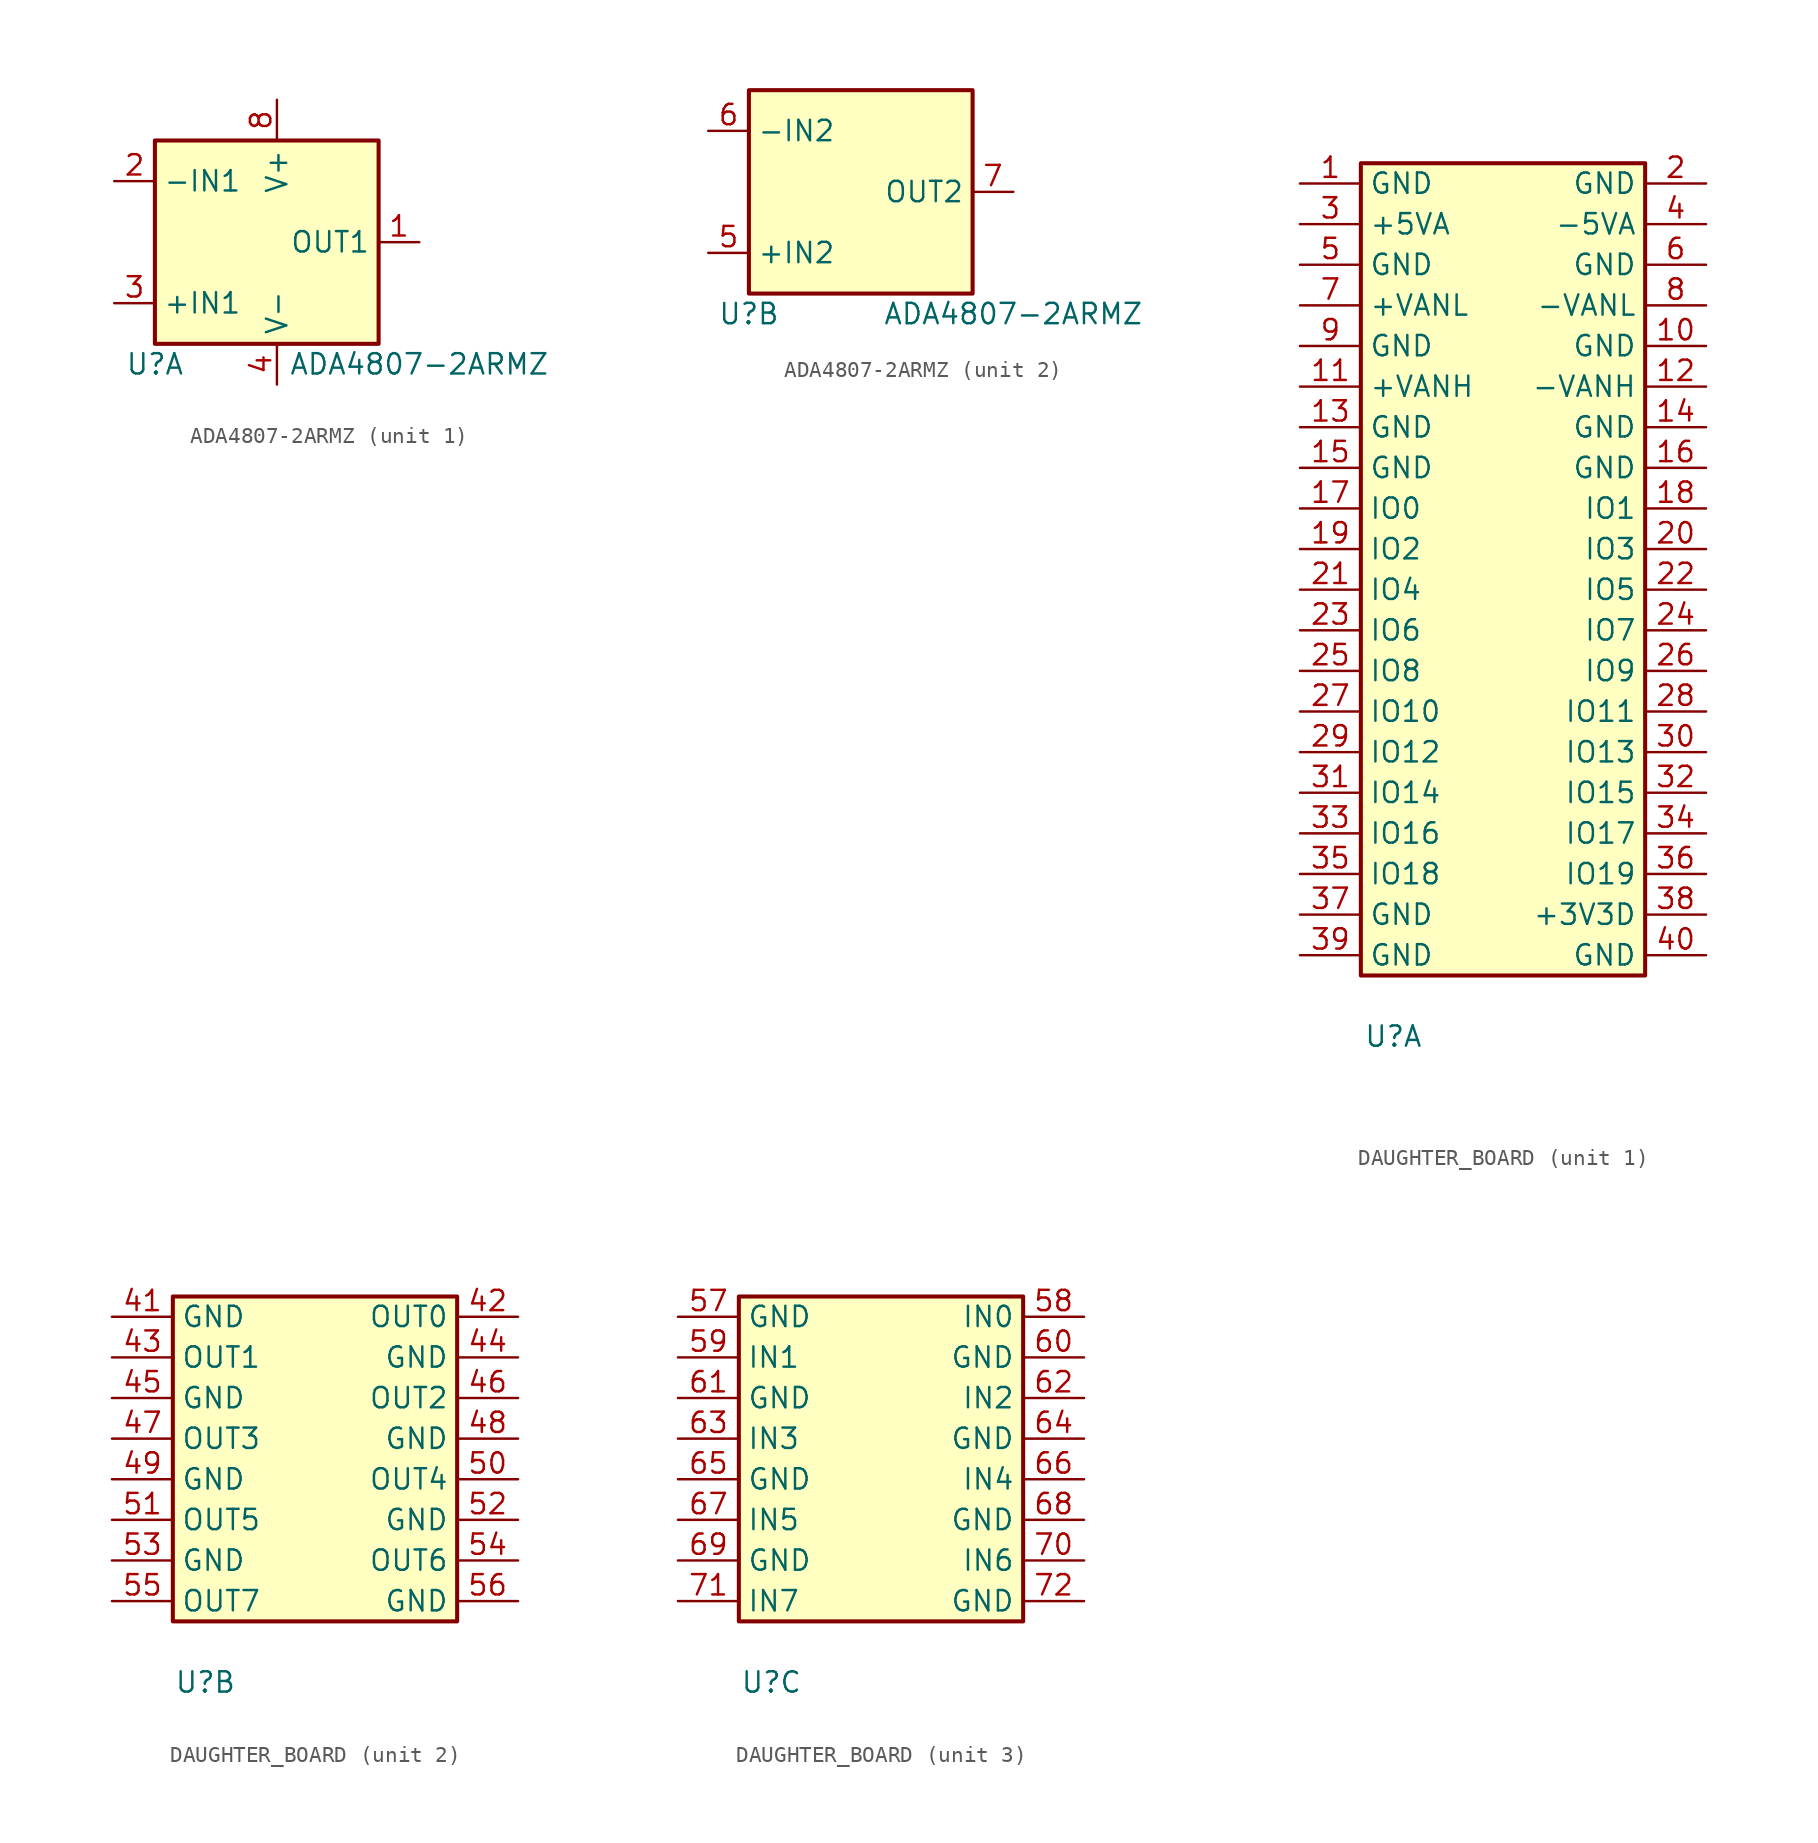
<source format=kicad_sym>
(kicad_symbol_lib
  (version 20231120)
  (generator "kicad_symbol_editor")
  (generator_version "8.0")
  (symbol "ADA4807-2ARMZ"
    (property "Reference" "U"
      (at 16.51 -1.27 0)
      (effects (font (size 1.27 1.27))))
    (property "Value" "ADA4807-2ARMZ"
      (at 33.02 -1.27 0)
      (effects (font (size 1.27 1.27))))
    (property "ki_locked" ""
      (at 0 0 0)
      (effects (font (size 1.27 1.27))))
    (symbol "ADA4807-2ARMZ_1_0"
      (pin output line (at 33.02 6.35 180) (length 2.54) (name "OUT1" (effects (font (size 1.27 1.27)))) (number "1" (effects (font (size 1.27 1.27)))))
      (pin input line (at 13.97 10.16 0) (length 2.54) (name "-IN1" (effects (font (size 1.27 1.27)))) (number "2" (effects (font (size 1.27 1.27)))))
      (pin input line (at 13.97 2.54 0) (length 2.54) (name "+IN1" (effects (font (size 1.27 1.27)))) (number "3" (effects (font (size 1.27 1.27)))))
      (pin power_in line (at 24.13 -2.54 90) (length 2.54) (name "V-" (effects (font (size 1.27 1.27)))) (number "4" (effects (font (size 1.27 1.27)))))
      (pin power_in line (at 24.13 15.24 270) (length 2.54) (name "V+" (effects (font (size 1.27 1.27)))) (number "8" (effects (font (size 1.27 1.27))))))
    (symbol "ADA4807-2ARMZ_1_1"
      (rectangle (start 16.51 12.7) (end 30.48 0) (stroke (width 0.254) (type default)) (fill (type background))))
    (symbol "ADA4807-2ARMZ_2_0"
      (pin input line (at 13.97 2.54 0) (length 2.54) (name "+IN2" (effects (font (size 1.27 1.27)))) (number "5" (effects (font (size 1.27 1.27)))))
      (pin input line (at 13.97 10.16 0) (length 2.54) (name "-IN2" (effects (font (size 1.27 1.27)))) (number "6" (effects (font (size 1.27 1.27)))))
      (pin output line (at 33.02 6.35 180) (length 2.54) (name "OUT2" (effects (font (size 1.27 1.27)))) (number "7" (effects (font (size 1.27 1.27))))))
    (symbol "ADA4807-2ARMZ_2_1"
      (rectangle (start 16.51 12.7) (end 30.48 0) (stroke (width 0.254) (type default)) (fill (type background)))))
  (symbol "DAUGHTER_BOARD"
    (property "Reference" "U"
      (at 2.032 -3.81 0)
      (effects (font (size 1.27 1.27))))
    (property "Value" ""
      (at 13.97 -2.54 0)
      (effects (font (size 1.27 1.27))))
    (property "ki_locked" ""
      (at 0 0 0)
      (effects (font (size 1.27 1.27))))
    (symbol "DAUGHTER_BOARD_1_1"
      (rectangle (start 0 50.8) (end 17.78 0) (stroke (width 0.254) (type default)) (fill (type background)))
      (pin passive line (at -3.81 49.53 0) (length 3.81) (name "GND" (effects (font (size 1.27 1.27)))) (number "1" (effects (font (size 1.27 1.27)))))
      (pin passive line (at 21.59 39.37 180) (length 3.81) (name "GND" (effects (font (size 1.27 1.27)))) (number "10" (effects (font (size 1.27 1.27)))))
      (pin power_in line (at -3.81 36.83 0) (length 3.81) (name "+VANH" (effects (font (size 1.27 1.27)))) (number "11" (effects (font (size 1.27 1.27)))))
      (pin power_in line (at 21.59 36.83 180) (length 3.81) (name "-VANH" (effects (font (size 1.27 1.27)))) (number "12" (effects (font (size 1.27 1.27)))))
      (pin passive line (at -3.81 34.29 0) (length 3.81) (name "GND" (effects (font (size 1.27 1.27)))) (number "13" (effects (font (size 1.27 1.27)))))
      (pin passive line (at 21.59 34.29 180) (length 3.81) (name "GND" (effects (font (size 1.27 1.27)))) (number "14" (effects (font (size 1.27 1.27)))))
      (pin power_in line (at -3.81 31.75 0) (length 3.81) (name "GND" (effects (font (size 1.27 1.27)))) (number "15" (effects (font (size 1.27 1.27)))))
      (pin passive line (at 21.59 31.75 180) (length 3.81) (name "GND" (effects (font (size 1.27 1.27)))) (number "16" (effects (font (size 1.27 1.27)))))
      (pin bidirectional line (at -3.81 29.21 0) (length 3.81) (name "IO0" (effects (font (size 1.27 1.27)))) (number "17" (effects (font (size 1.27 1.27)))))
      (pin bidirectional line (at 21.59 29.21 180) (length 3.81) (name "IO1" (effects (font (size 1.27 1.27)))) (number "18" (effects (font (size 1.27 1.27)))))
      (pin bidirectional line (at -3.81 26.67 0) (length 3.81) (name "IO2" (effects (font (size 1.27 1.27)))) (number "19" (effects (font (size 1.27 1.27)))))
      (pin passive line (at 21.59 49.53 180) (length 3.81) (name "GND" (effects (font (size 1.27 1.27)))) (number "2" (effects (font (size 1.27 1.27)))))
      (pin bidirectional line (at 21.59 26.67 180) (length 3.81) (name "IO3" (effects (font (size 1.27 1.27)))) (number "20" (effects (font (size 1.27 1.27)))))
      (pin bidirectional line (at -3.81 24.13 0) (length 3.81) (name "IO4" (effects (font (size 1.27 1.27)))) (number "21" (effects (font (size 1.27 1.27)))))
      (pin bidirectional line (at 21.59 24.13 180) (length 3.81) (name "IO5" (effects (font (size 1.27 1.27)))) (number "22" (effects (font (size 1.27 1.27)))))
      (pin bidirectional line (at -3.81 21.59 0) (length 3.81) (name "IO6" (effects (font (size 1.27 1.27)))) (number "23" (effects (font (size 1.27 1.27)))))
      (pin bidirectional line (at 21.59 21.59 180) (length 3.81) (name "IO7" (effects (font (size 1.27 1.27)))) (number "24" (effects (font (size 1.27 1.27)))))
      (pin bidirectional line (at -3.81 19.05 0) (length 3.81) (name "IO8" (effects (font (size 1.27 1.27)))) (number "25" (effects (font (size 1.27 1.27)))))
      (pin bidirectional line (at 21.59 19.05 180) (length 3.81) (name "IO9" (effects (font (size 1.27 1.27)))) (number "26" (effects (font (size 1.27 1.27)))))
      (pin bidirectional line (at -3.81 16.51 0) (length 3.81) (name "IO10" (effects (font (size 1.27 1.27)))) (number "27" (effects (font (size 1.27 1.27)))))
      (pin bidirectional line (at 21.59 16.51 180) (length 3.81) (name "IO11" (effects (font (size 1.27 1.27)))) (number "28" (effects (font (size 1.27 1.27)))))
      (pin bidirectional line (at -3.81 13.97 0) (length 3.81) (name "IO12" (effects (font (size 1.27 1.27)))) (number "29" (effects (font (size 1.27 1.27)))))
      (pin power_in line (at -3.81 46.99 0) (length 3.81) (name "+5VA" (effects (font (size 1.27 1.27)))) (number "3" (effects (font (size 1.27 1.27)))))
      (pin bidirectional line (at 21.59 13.97 180) (length 3.81) (name "IO13" (effects (font (size 1.27 1.27)))) (number "30" (effects (font (size 1.27 1.27)))))
      (pin bidirectional line (at -3.81 11.43 0) (length 3.81) (name "IO14" (effects (font (size 1.27 1.27)))) (number "31" (effects (font (size 1.27 1.27)))))
      (pin bidirectional line (at 21.59 11.43 180) (length 3.81) (name "IO15" (effects (font (size 1.27 1.27)))) (number "32" (effects (font (size 1.27 1.27)))))
      (pin bidirectional line (at -3.81 8.89 0) (length 3.81) (name "IO16" (effects (font (size 1.27 1.27)))) (number "33" (effects (font (size 1.27 1.27)))))
      (pin bidirectional line (at 21.59 8.89 180) (length 3.81) (name "IO17" (effects (font (size 1.27 1.27)))) (number "34" (effects (font (size 1.27 1.27)))))
      (pin bidirectional line (at -3.81 6.35 0) (length 3.81) (name "IO18" (effects (font (size 1.27 1.27)))) (number "35" (effects (font (size 1.27 1.27)))))
      (pin bidirectional line (at 21.59 6.35 180) (length 3.81) (name "IO19" (effects (font (size 1.27 1.27)))) (number "36" (effects (font (size 1.27 1.27)))))
      (pin passive line (at -3.81 3.81 0) (length 3.81) (name "GND" (effects (font (size 1.27 1.27)))) (number "37" (effects (font (size 1.27 1.27)))))
      (pin power_in line (at 21.59 3.81 180) (length 3.81) (name "+3V3D" (effects (font (size 1.27 1.27)))) (number "38" (effects (font (size 1.27 1.27)))))
      (pin passive line (at -3.81 1.27 0) (length 3.81) (name "GND" (effects (font (size 1.27 1.27)))) (number "39" (effects (font (size 1.27 1.27)))))
      (pin power_in line (at 21.59 46.99 180) (length 3.81) (name "-5VA" (effects (font (size 1.27 1.27)))) (number "4" (effects (font (size 1.27 1.27)))))
      (pin passive line (at 21.59 1.27 180) (length 3.81) (name "GND" (effects (font (size 1.27 1.27)))) (number "40" (effects (font (size 1.27 1.27)))))
      (pin passive line (at -3.81 44.45 0) (length 3.81) (name "GND" (effects (font (size 1.27 1.27)))) (number "5" (effects (font (size 1.27 1.27)))))
      (pin passive line (at 21.59 44.45 180) (length 3.81) (name "GND" (effects (font (size 1.27 1.27)))) (number "6" (effects (font (size 1.27 1.27)))))
      (pin power_in line (at -3.81 41.91 0) (length 3.81) (name "+VANL" (effects (font (size 1.27 1.27)))) (number "7" (effects (font (size 1.27 1.27)))))
      (pin power_in line (at 21.59 41.91 180) (length 3.81) (name "-VANL" (effects (font (size 1.27 1.27)))) (number "8" (effects (font (size 1.27 1.27)))))
      (pin passive line (at -3.81 39.37 0) (length 3.81) (name "GND" (effects (font (size 1.27 1.27)))) (number "9" (effects (font (size 1.27 1.27))))))
    (symbol "DAUGHTER_BOARD_2_1"
      (rectangle (start 0 20.32) (end 17.78 0) (stroke (width 0.254) (type default)) (fill (type background)))
      (pin passive line (at -3.81 19.05 0) (length 3.81) (name "GND" (effects (font (size 1.27 1.27)))) (number "41" (effects (font (size 1.27 1.27)))))
      (pin output line (at 21.59 19.05 180) (length 3.81) (name "OUT0" (effects (font (size 1.27 1.27)))) (number "42" (effects (font (size 1.27 1.27)))))
      (pin output line (at -3.81 16.51 0) (length 3.81) (name "OUT1" (effects (font (size 1.27 1.27)))) (number "43" (effects (font (size 1.27 1.27)))))
      (pin passive line (at 21.59 16.51 180) (length 3.81) (name "GND" (effects (font (size 1.27 1.27)))) (number "44" (effects (font (size 1.27 1.27)))))
      (pin passive line (at -3.81 13.97 0) (length 3.81) (name "GND" (effects (font (size 1.27 1.27)))) (number "45" (effects (font (size 1.27 1.27)))))
      (pin output line (at 21.59 13.97 180) (length 3.81) (name "OUT2" (effects (font (size 1.27 1.27)))) (number "46" (effects (font (size 1.27 1.27)))))
      (pin output line (at -3.81 11.43 0) (length 3.81) (name "OUT3" (effects (font (size 1.27 1.27)))) (number "47" (effects (font (size 1.27 1.27)))))
      (pin passive line (at 21.59 11.43 180) (length 3.81) (name "GND" (effects (font (size 1.27 1.27)))) (number "48" (effects (font (size 1.27 1.27)))))
      (pin passive line (at -3.81 8.89 0) (length 3.81) (name "GND" (effects (font (size 1.27 1.27)))) (number "49" (effects (font (size 1.27 1.27)))))
      (pin output line (at 21.59 8.89 180) (length 3.81) (name "OUT4" (effects (font (size 1.27 1.27)))) (number "50" (effects (font (size 1.27 1.27)))))
      (pin output line (at -3.81 6.35 0) (length 3.81) (name "OUT5" (effects (font (size 1.27 1.27)))) (number "51" (effects (font (size 1.27 1.27)))))
      (pin passive line (at 21.59 6.35 180) (length 3.81) (name "GND" (effects (font (size 1.27 1.27)))) (number "52" (effects (font (size 1.27 1.27)))))
      (pin passive line (at -3.81 3.81 0) (length 3.81) (name "GND" (effects (font (size 1.27 1.27)))) (number "53" (effects (font (size 1.27 1.27)))))
      (pin output line (at 21.59 3.81 180) (length 3.81) (name "OUT6" (effects (font (size 1.27 1.27)))) (number "54" (effects (font (size 1.27 1.27)))))
      (pin output line (at -3.81 1.27 0) (length 3.81) (name "OUT7" (effects (font (size 1.27 1.27)))) (number "55" (effects (font (size 1.27 1.27)))))
      (pin passive line (at 21.59 1.27 180) (length 3.81) (name "GND" (effects (font (size 1.27 1.27)))) (number "56" (effects (font (size 1.27 1.27))))))
    (symbol "DAUGHTER_BOARD_3_1"
      (rectangle (start 0 20.32) (end 17.78 0) (stroke (width 0.254) (type default)) (fill (type background)))
      (pin passive line (at -3.81 19.05 0) (length 3.81) (name "GND" (effects (font (size 1.27 1.27)))) (number "57" (effects (font (size 1.27 1.27)))))
      (pin input line (at 21.59 19.05 180) (length 3.81) (name "IN0" (effects (font (size 1.27 1.27)))) (number "58" (effects (font (size 1.27 1.27)))))
      (pin input line (at -3.81 16.51 0) (length 3.81) (name "IN1" (effects (font (size 1.27 1.27)))) (number "59" (effects (font (size 1.27 1.27)))))
      (pin passive line (at 21.59 16.51 180) (length 3.81) (name "GND" (effects (font (size 1.27 1.27)))) (number "60" (effects (font (size 1.27 1.27)))))
      (pin passive line (at -3.81 13.97 0) (length 3.81) (name "GND" (effects (font (size 1.27 1.27)))) (number "61" (effects (font (size 1.27 1.27)))))
      (pin input line (at 21.59 13.97 180) (length 3.81) (name "IN2" (effects (font (size 1.27 1.27)))) (number "62" (effects (font (size 1.27 1.27)))))
      (pin input line (at -3.81 11.43 0) (length 3.81) (name "IN3" (effects (font (size 1.27 1.27)))) (number "63" (effects (font (size 1.27 1.27)))))
      (pin passive line (at 21.59 11.43 180) (length 3.81) (name "GND" (effects (font (size 1.27 1.27)))) (number "64" (effects (font (size 1.27 1.27)))))
      (pin passive line (at -3.81 8.89 0) (length 3.81) (name "GND" (effects (font (size 1.27 1.27)))) (number "65" (effects (font (size 1.27 1.27)))))
      (pin input line (at 21.59 8.89 180) (length 3.81) (name "IN4" (effects (font (size 1.27 1.27)))) (number "66" (effects (font (size 1.27 1.27)))))
      (pin input line (at -3.81 6.35 0) (length 3.81) (name "IN5" (effects (font (size 1.27 1.27)))) (number "67" (effects (font (size 1.27 1.27)))))
      (pin passive line (at 21.59 6.35 180) (length 3.81) (name "GND" (effects (font (size 1.27 1.27)))) (number "68" (effects (font (size 1.27 1.27)))))
      (pin passive line (at -3.81 3.81 0) (length 3.81) (name "GND" (effects (font (size 1.27 1.27)))) (number "69" (effects (font (size 1.27 1.27)))))
      (pin input line (at 21.59 3.81 180) (length 3.81) (name "IN6" (effects (font (size 1.27 1.27)))) (number "70" (effects (font (size 1.27 1.27)))))
      (pin input line (at -3.81 1.27 0) (length 3.81) (name "IN7" (effects (font (size 1.27 1.27)))) (number "71" (effects (font (size 1.27 1.27)))))
      (pin passive line (at 21.59 1.27 180) (length 3.81) (name "GND" (effects (font (size 1.27 1.27)))) (number "72" (effects (font (size 1.27 1.27))))))))
</source>
